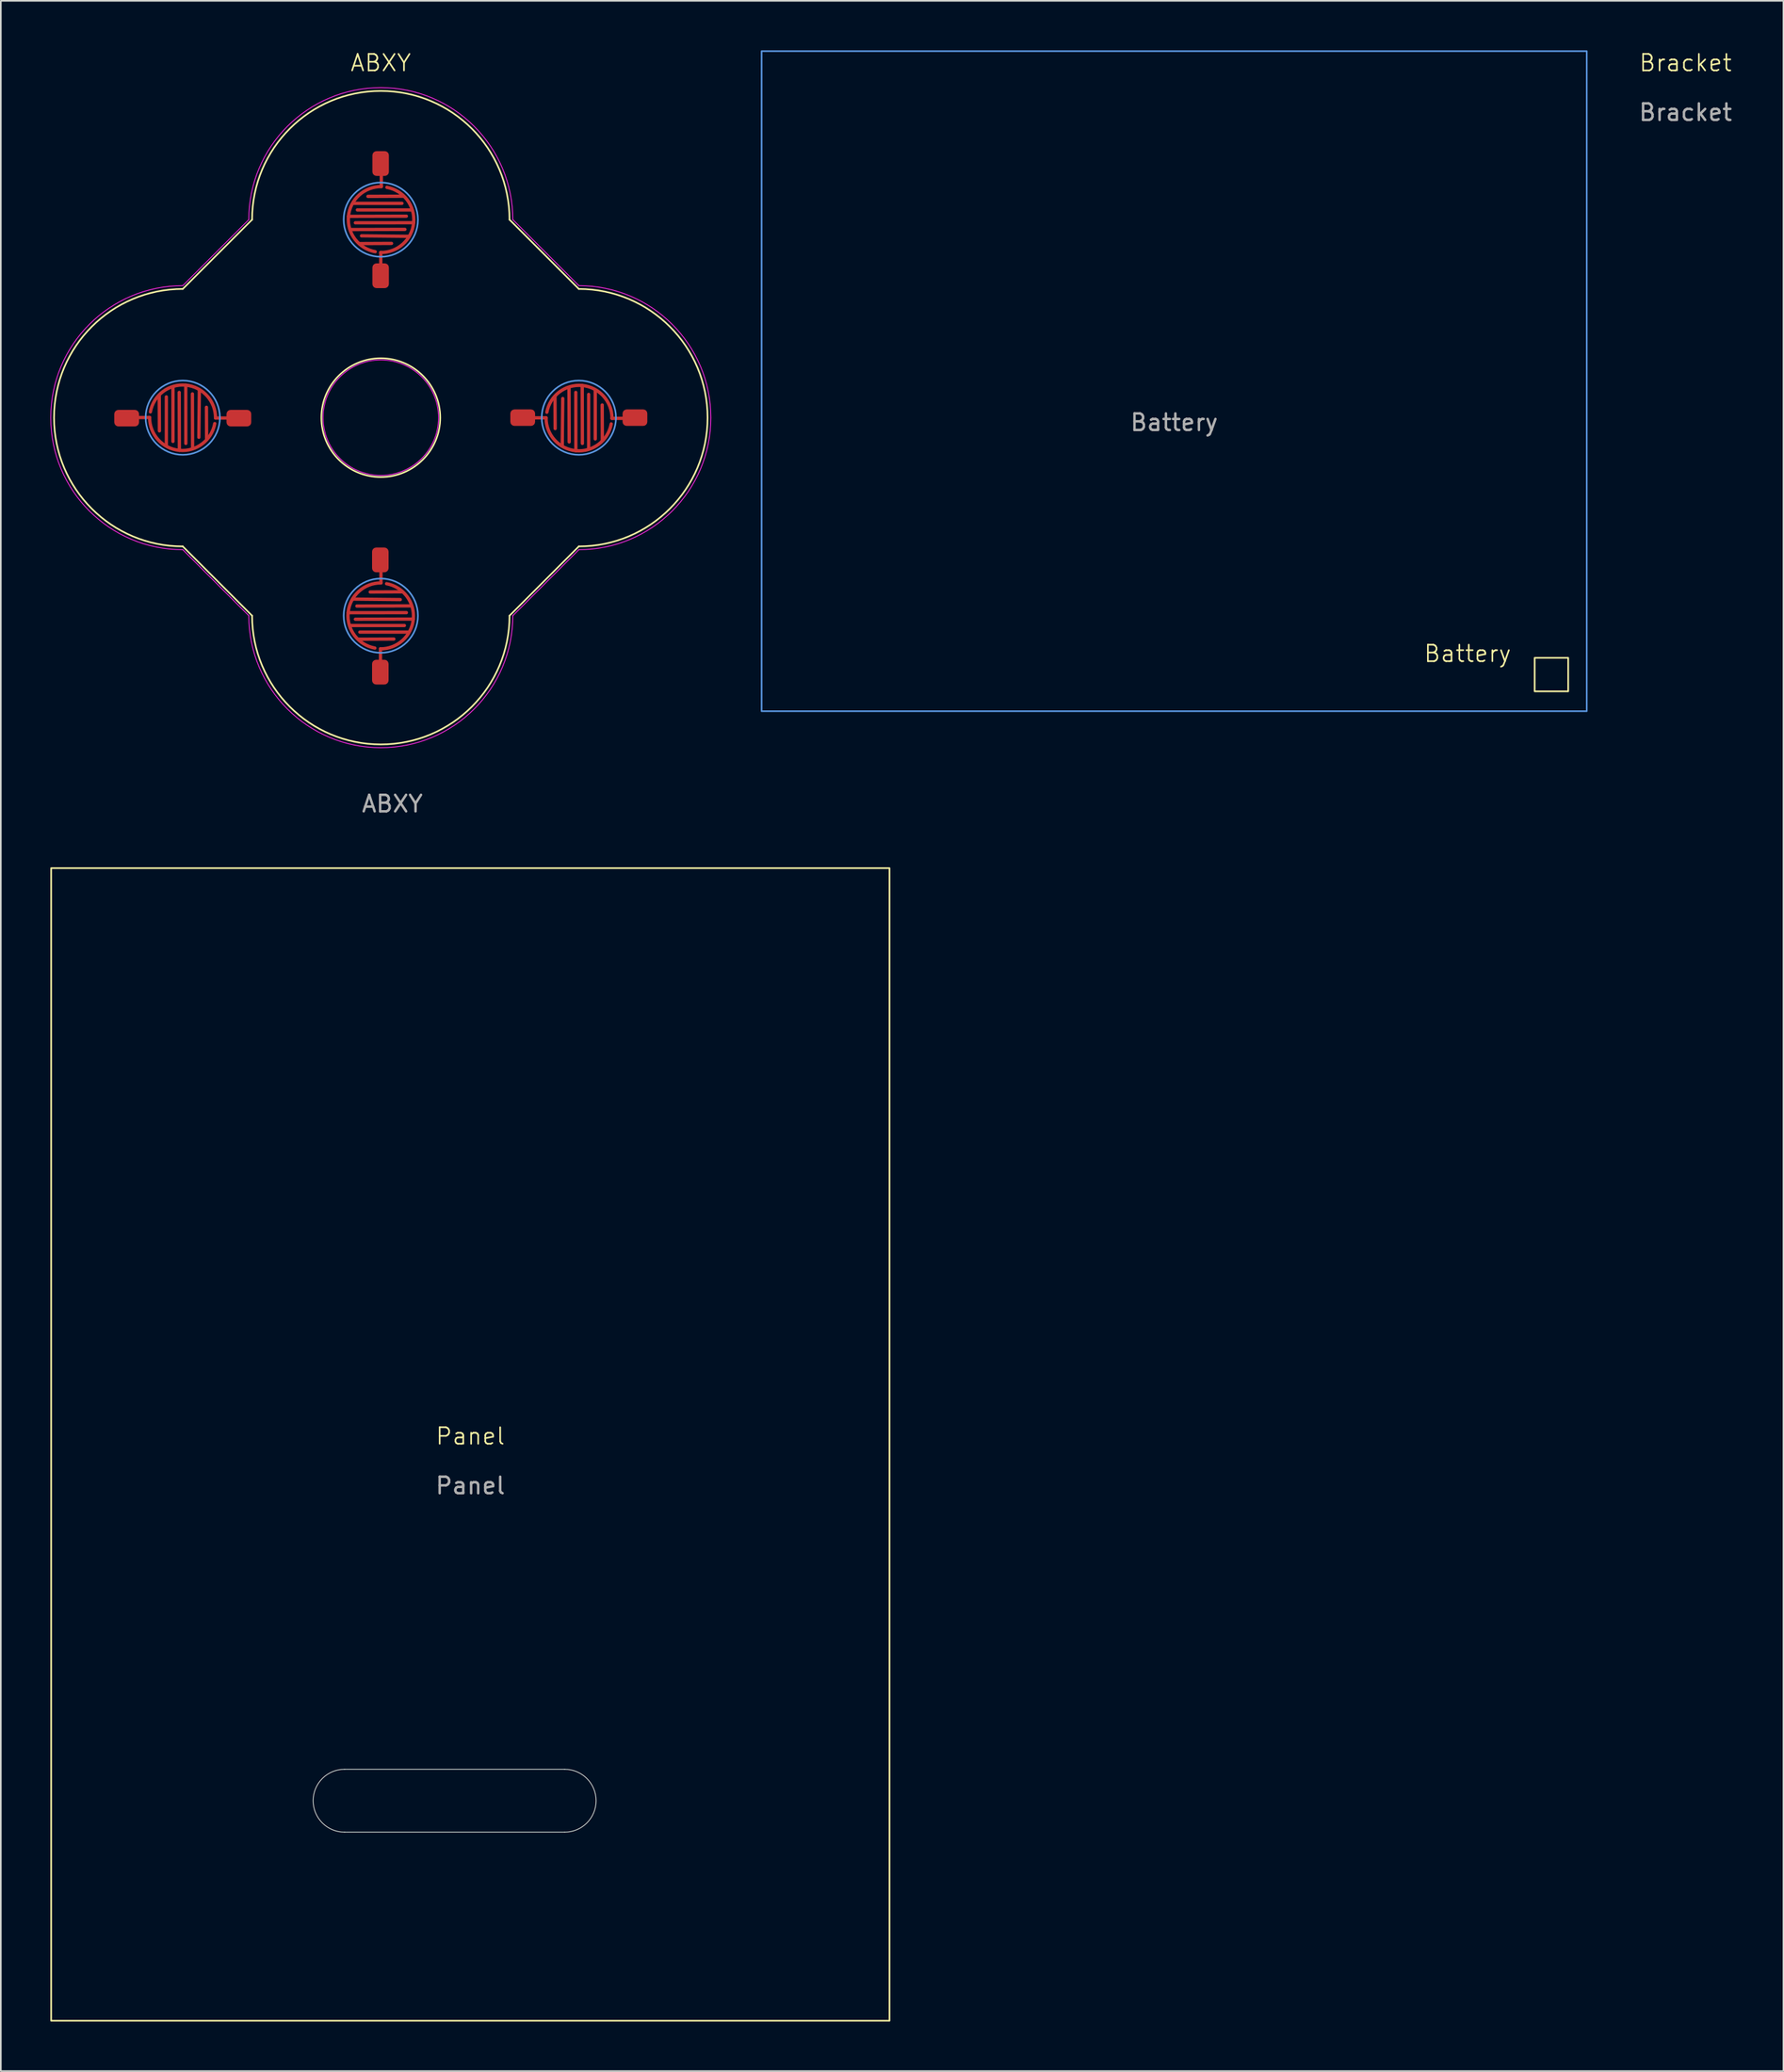
<source format=kicad_pcb>
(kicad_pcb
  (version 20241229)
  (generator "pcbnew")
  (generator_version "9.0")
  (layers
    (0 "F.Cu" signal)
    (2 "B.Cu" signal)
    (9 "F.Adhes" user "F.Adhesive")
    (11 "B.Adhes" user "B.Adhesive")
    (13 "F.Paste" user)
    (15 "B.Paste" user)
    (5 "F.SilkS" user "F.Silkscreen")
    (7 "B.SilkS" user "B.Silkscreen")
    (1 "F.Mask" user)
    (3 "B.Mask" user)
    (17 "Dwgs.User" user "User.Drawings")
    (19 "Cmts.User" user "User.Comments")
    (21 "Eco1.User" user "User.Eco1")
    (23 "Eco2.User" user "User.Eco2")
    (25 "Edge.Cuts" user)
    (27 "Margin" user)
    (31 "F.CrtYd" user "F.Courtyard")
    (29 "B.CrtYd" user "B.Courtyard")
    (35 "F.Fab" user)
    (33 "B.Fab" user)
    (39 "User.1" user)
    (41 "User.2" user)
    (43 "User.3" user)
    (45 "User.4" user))
  (footprint "Battery"
    (layer "F.Cu")
    (at 68.1 20.05)
    (property "Reference" "Battery" (at 17.78 16.51 0) (unlocked yes) (layer "F.SilkS") (effects (font (size 1 1) (thickness 0.1))))
    (attr smd)
    (fp_rect (start 21.844 16.764) (end 23.876 18.796) (stroke (width 0.1) (type default)) (fill no) (layer "F.SilkS"))
    (fp_rect (start -25 -20) (end 25 20) (stroke (width 0.1) (type default)) (fill no) (layer "Cmts.User"))
    (fp_text user "${REFERENCE}" (at 0 2.5 0) (unlocked yes) (layer "F.Fab") (effects (font (size 1 1) (thickness 0.15)))))
  (footprint "ABXY"
    (layer "F.Cu")
    (at 20.025 22.261)
    (property "Reference" "ABXY" (at 0 -21.5 0) (unlocked yes) (layer "F.SilkS") (effects (font (size 1 1) (thickness 0.1))))
    (attr smd)
    (fp_line (start -14.009 -0.011) (end -14.74 -0.01) (stroke (width 0.2) (type default)) (layer "F.Cu"))
    (fp_line (start -13.425 -1.32) (end -13.415 0.8) (stroke (width 0.2) (type default)) (layer "F.Cu"))
    (fp_line (start -12.995 1.68) (end -12.995 -1.26) (stroke (width 0.2) (type default)) (layer "F.Cu"))
    (fp_line (start -12.595 -1.86) (end -12.595 1.44) (stroke (width 0.2) (type default)) (layer "F.Cu"))
    (fp_line (start -12.205 1.98) (end -12.215 -1.53) (stroke (width 0.2) (type default)) (layer "F.Cu"))
    (fp_line (start -11.819 -1.971) (end -11.815 1.56) (stroke (width 0.2) (type default)) (layer "F.Cu"))
    (fp_line (start -11.405 1.86) (end -11.415 -1.44) (stroke (width 0.2) (type default)) (layer "F.Cu"))
    (fp_line (start -10.995 -1.69) (end -11.025 1.19) (stroke (width 0.2) (type default)) (layer "F.Cu"))
    (fp_line (start -10.555 1.29) (end -10.565 -0.63) (stroke (width 0.2) (type default)) (layer "F.Cu"))
    (fp_line (start -10.015 0.02) (end -9.1 0.02) (stroke (width 0.2) (type default)) (layer "F.Cu"))
    (fp_line (start -1.981 11.819) (end 1.55 11.815) (stroke (width 0.2) (type default)) (layer "F.Cu"))
    (fp_line (start -1.96 -12.2) (end 1.55 -12.21) (stroke (width 0.2) (type default)) (layer "F.Cu"))
    (fp_line (start -1.87 12.595) (end 1.43 12.595) (stroke (width 0.2) (type default)) (layer "F.Cu"))
    (fp_line (start -1.84 -11.4) (end 1.46 -11.41) (stroke (width 0.2) (type default)) (layer "F.Cu"))
    (fp_line (start -1.7 10.995) (end 1.18 11.025) (stroke (width 0.2) (type default)) (layer "F.Cu"))
    (fp_line (start -1.66 -12.99) (end 1.28 -12.99) (stroke (width 0.2) (type default)) (layer "F.Cu"))
    (fp_line (start -1.33 13.425) (end 0.79 13.415) (stroke (width 0.2) (type default)) (layer "F.Cu"))
    (fp_line (start -1.27 -10.55) (end 0.65 -10.56) (stroke (width 0.2) (type default)) (layer "F.Cu"))
    (fp_line (start -0.02 14.005) (end -0.02 14.92) (stroke (width 0.2) (type default)) (layer "F.Cu"))
    (fp_line (start 0 -10.015) (end 0 -9.1) (stroke (width 0.2) (type default)) (layer "F.Cu"))
    (fp_line (start 0.011 10.011) (end 0.01 9.28) (stroke (width 0.2) (type default)) (layer "F.Cu"))
    (fp_line (start 0.031 -14.009) (end 0.03 -14.74) (stroke (width 0.2) (type default)) (layer "F.Cu"))
    (fp_line (start 1.28 10.555) (end -0.64 10.565) (stroke (width 0.2) (type default)) (layer "F.Cu"))
    (fp_line (start 1.34 -13.42) (end -0.78 -13.41) (stroke (width 0.2) (type default)) (layer "F.Cu"))
    (fp_line (start 1.67 12.995) (end -1.27 12.995) (stroke (width 0.2) (type default)) (layer "F.Cu"))
    (fp_line (start 1.71 -10.99) (end -1.17 -11.02) (stroke (width 0.2) (type default)) (layer "F.Cu"))
    (fp_line (start 1.85 11.405) (end -1.45 11.415) (stroke (width 0.2) (type default)) (layer "F.Cu"))
    (fp_line (start 1.88 -12.59) (end -1.42 -12.59) (stroke (width 0.2) (type default)) (layer "F.Cu"))
    (fp_line (start 1.97 12.205) (end -1.54 12.215) (stroke (width 0.2) (type default)) (layer "F.Cu"))
    (fp_line (start 1.991 -11.814) (end -1.54 -11.81) (stroke (width 0.2) (type default)) (layer "F.Cu"))
    (fp_line (start 10.015 0.01) (end 9.1 0.01) (stroke (width 0.2) (type default)) (layer "F.Cu"))
    (fp_line (start 10.555 -1.26) (end 10.565 0.66) (stroke (width 0.2) (type default)) (layer "F.Cu"))
    (fp_line (start 10.995 1.72) (end 11.025 -1.16) (stroke (width 0.2) (type default)) (layer "F.Cu"))
    (fp_line (start 11.405 -1.83) (end 11.415 1.47) (stroke (width 0.2) (type default)) (layer "F.Cu"))
    (fp_line (start 11.819 2.001) (end 11.815 -1.53) (stroke (width 0.2) (type default)) (layer "F.Cu"))
    (fp_line (start 12.205 -1.95) (end 12.215 1.56) (stroke (width 0.2) (type default)) (layer "F.Cu"))
    (fp_line (start 12.595 1.89) (end 12.595 -1.41) (stroke (width 0.2) (type default)) (layer "F.Cu"))
    (fp_line (start 12.995 -1.65) (end 12.995 1.29) (stroke (width 0.2) (type default)) (layer "F.Cu"))
    (fp_line (start 13.425 1.35) (end 13.415 -0.77) (stroke (width 0.2) (type default)) (layer "F.Cu"))
    (fp_line (start 14.009 0.041) (end 14.74 0.04) (stroke (width 0.2) (type default)) (layer "F.Cu"))
    (fp_arc (start -13.962245 -0.34971) (mid -11.819421 -1.971353) (end -10.015 0.02) (stroke (width 0.2) (type default)) (layer "F.Cu"))
    (fp_arc (start -10.062176 0.358357) (mid -12.205 1.98) (end -14.009421 -0.011353) (stroke (width 0.2) (type default)) (layer "F.Cu"))
    (fp_arc (start -0.35971 13.962245) (mid -1.981353 11.819421) (end 0.01 10.015) (stroke (width 0.2) (type default)) (layer "F.Cu"))
    (fp_arc (start -0.338357 -10.057176) (mid -1.96 -12.2) (end 0.031353 -14.004421) (stroke (width 0.2) (type default)) (layer "F.Cu"))
    (fp_arc (start 0.348357 10.062176) (mid 1.97 12.205) (end -0.021353 14.009421) (stroke (width 0.2) (type default)) (layer "F.Cu"))
    (fp_arc (start 0.36971 -13.957245) (mid 1.991353 -11.814421) (end 0 -10.01) (stroke (width 0.2) (type default)) (layer "F.Cu"))
    (fp_arc (start 10.062176 -0.328357) (mid 12.205 -1.95) (end 14.009421 0.041353) (stroke (width 0.2) (type default)) (layer "F.Cu"))
    (fp_arc (start 13.962245 0.37971) (mid 11.819421 2.001353) (end 10.015 0.01) (stroke (width 0.2) (type default)) (layer "F.Cu"))
    (fp_circle (center -12 0) (end -9.75 0) (stroke (width 0.1) (type solid)) (fill yes) (layer "F.Mask"))
    (fp_circle (center 0 -12) (end 2.25 -12) (stroke (width 0.1) (type solid)) (fill yes) (layer "F.Mask"))
    (fp_circle (center 0 12) (end 2.25 12) (stroke (width 0.1) (type solid)) (fill yes) (layer "F.Mask"))
    (fp_circle (center 12 0) (end 14.25 0) (stroke (width 0.1) (type solid)) (fill yes) (layer "F.Mask"))
    (fp_line (start -12 -7.8) (end -7.8 -12) (stroke (width 0.1) (type default)) (layer "F.SilkS"))
    (fp_line (start -7.8 12) (end -12 7.8) (stroke (width 0.1) (type default)) (layer "F.SilkS"))
    (fp_line (start 7.8 -12) (end 12 -7.8) (stroke (width 0.1) (type default)) (layer "F.SilkS"))
    (fp_line (start 12 7.8) (end 7.8 12) (stroke (width 0.1) (type default)) (layer "F.SilkS"))
    (fp_arc (start -12 7.8) (mid -19.8 0) (end -12 -7.8) (stroke (width 0.1) (type default)) (layer "F.SilkS"))
    (fp_arc (start -7.8 -12) (mid 0 -19.8) (end 7.8 -12) (stroke (width 0.1) (type default)) (layer "F.SilkS"))
    (fp_arc (start 7.8 12) (mid 0 19.8) (end -7.8 12) (stroke (width 0.1) (type default)) (layer "F.SilkS"))
    (fp_arc (start 12 -7.8) (mid 19.8 0) (end 12 7.8) (stroke (width 0.1) (type default)) (layer "F.SilkS"))
    (fp_circle (center 0 0) (end 3.6 0) (stroke (width 0.1) (type default)) (fill no) (layer "F.SilkS"))
    (fp_circle (center -12 0) (end -9.75 0) (stroke (width 0.1) (type default)) (fill no) (layer "Cmts.User"))
    (fp_circle (center 0 -12) (end 2.25 -12) (stroke (width 0.1) (type default)) (fill no) (layer "Cmts.User"))
    (fp_circle (center 0 12) (end 2.25 12) (stroke (width 0.1) (type default)) (fill no) (layer "Cmts.User"))
    (fp_circle (center 12 0) (end 12 2.25) (stroke (width 0.1) (type default)) (fill no) (layer "Cmts.User"))
    (fp_line (start -12 -8) (end -8 -12) (stroke (width 0.05) (type default)) (layer "F.CrtYd"))
    (fp_line (start -8 12) (end -12 8) (stroke (width 0.05) (type default)) (layer "F.CrtYd"))
    (fp_line (start 8 -12) (end 12 -8) (stroke (width 0.05) (type default)) (layer "F.CrtYd"))
    (fp_line (start 12 8) (end 8 12) (stroke (width 0.05) (type default)) (layer "F.CrtYd"))
    (fp_arc (start -12 8) (mid -20 0) (end -12 -8) (stroke (width 0.05) (type default)) (layer "F.CrtYd"))
    (fp_arc (start -8 -12) (mid 0 -20) (end 8 -12) (stroke (width 0.05) (type default)) (layer "F.CrtYd"))
    (fp_arc (start 8 12) (mid 0 20) (end -8 12) (stroke (width 0.05) (type default)) (layer "F.CrtYd"))
    (fp_arc (start 12 -8) (mid 20 0) (end 12 8) (stroke (width 0.05) (type default)) (layer "F.CrtYd"))
    (fp_circle (center 0 0) (end 3.5 0) (stroke (width 0.05) (type default)) (fill no) (layer "F.CrtYd"))
    (fp_text user "${REFERENCE}" (at 0.7 23.4 0) (unlocked yes) (layer "F.Fab") (effects (font (size 1 1) (thickness 0.15))))
    (pad "1" smd roundrect (at -0.03 15.42 90) (size 1.5 1) (layers "F.Cu" "F.Mask" "F.Paste") (roundrect_rratio 0.25))
    (pad "2" smd roundrect (at -15.4 0.03 180) (size 1.5 1) (layers "F.Cu" "F.Mask" "F.Paste") (roundrect_rratio 0.25))
    (pad "3" smd roundrect (at -0.01 -15.4 90) (size 1.5 1) (layers "F.Cu" "F.Mask" "F.Paste") (roundrect_rratio 0.25))
    (pad "4" smd roundrect (at 15.4 0) (size 1.5 1) (layers "F.Cu" "F.Mask" "F.Paste") (roundrect_rratio 0.25))
    (pad "C" smd roundrect (at -8.6 0.03 180) (size 1.5 1) (layers "F.Cu" "F.Mask" "F.Paste") (roundrect_rratio 0.25))
    (pad "C" smd roundrect (at -0.03 8.62 90) (size 1.5 1) (layers "F.Cu" "F.Mask" "F.Paste") (roundrect_rratio 0.25))
    (pad "C" smd roundrect (at -0.01 -8.6 90) (size 1.5 1) (layers "F.Cu" "F.Mask" "F.Paste") (roundrect_rratio 0.25))
    (pad "C" smd roundrect (at 8.6 0) (size 1.5 1) (layers "F.Cu" "F.Mask" "F.Paste") (roundrect_rratio 0.25)))
  (footprint "Panel"
    (layer "F.Cu")
    (at 25.45 84.484)
    (property "Reference" "Panel" (at 0 -0.5 0) (unlocked yes) (layer "F.SilkS") (effects (font (size 1 1) (thickness 0.1))))
    (attr smd)
    (fp_rect (start -25.4 -34.925) (end 25.4 34.925) (stroke (width 0.1) (type default)) (fill no) (layer "F.SilkS"))
    (fp_line (start -7.62 23.495) (end 5.715 23.495) (stroke (width 0.05) (type default)) (layer "Edge.Cuts"))
    (fp_line (start 5.715 19.685) (end -7.62 19.685) (stroke (width 0.05) (type default)) (layer "Edge.Cuts"))
    (fp_arc (start -7.62 23.495) (mid -9.525 21.59) (end -7.62 19.685) (stroke (width 0.05) (type default)) (layer "Edge.Cuts"))
    (fp_arc (start 5.715 19.685) (mid 7.62 21.59) (end 5.715 23.495) (stroke (width 0.05) (type default)) (layer "Edge.Cuts"))
    (fp_text user "${REFERENCE}" (at 0 2.5 0) (unlocked yes) (layer "F.Fab") (effects (font (size 1 1) (thickness 0.15)))))
  (footprint "Bracket"
    (layer "F.Cu")
    (at 99.085 1.26)
    (property "Reference" "Bracket" (at 0 -0.5 0) (unlocked yes) (layer "F.SilkS") (effects (font (size 1 1) (thickness 0.1))))
    (attr smd)
    (fp_text user "${REFERENCE}" (at 0 2.5 0) (unlocked yes) (layer "F.Fab") (effects (font (size 1 1) (thickness 0.15)))))
  (gr_rect
    (start -3 -3)
    (end 105.019 122.459)
    (stroke (width 0.1) (type default))
    (fill no)
    (layer "Edge.Cuts")))
</source>
